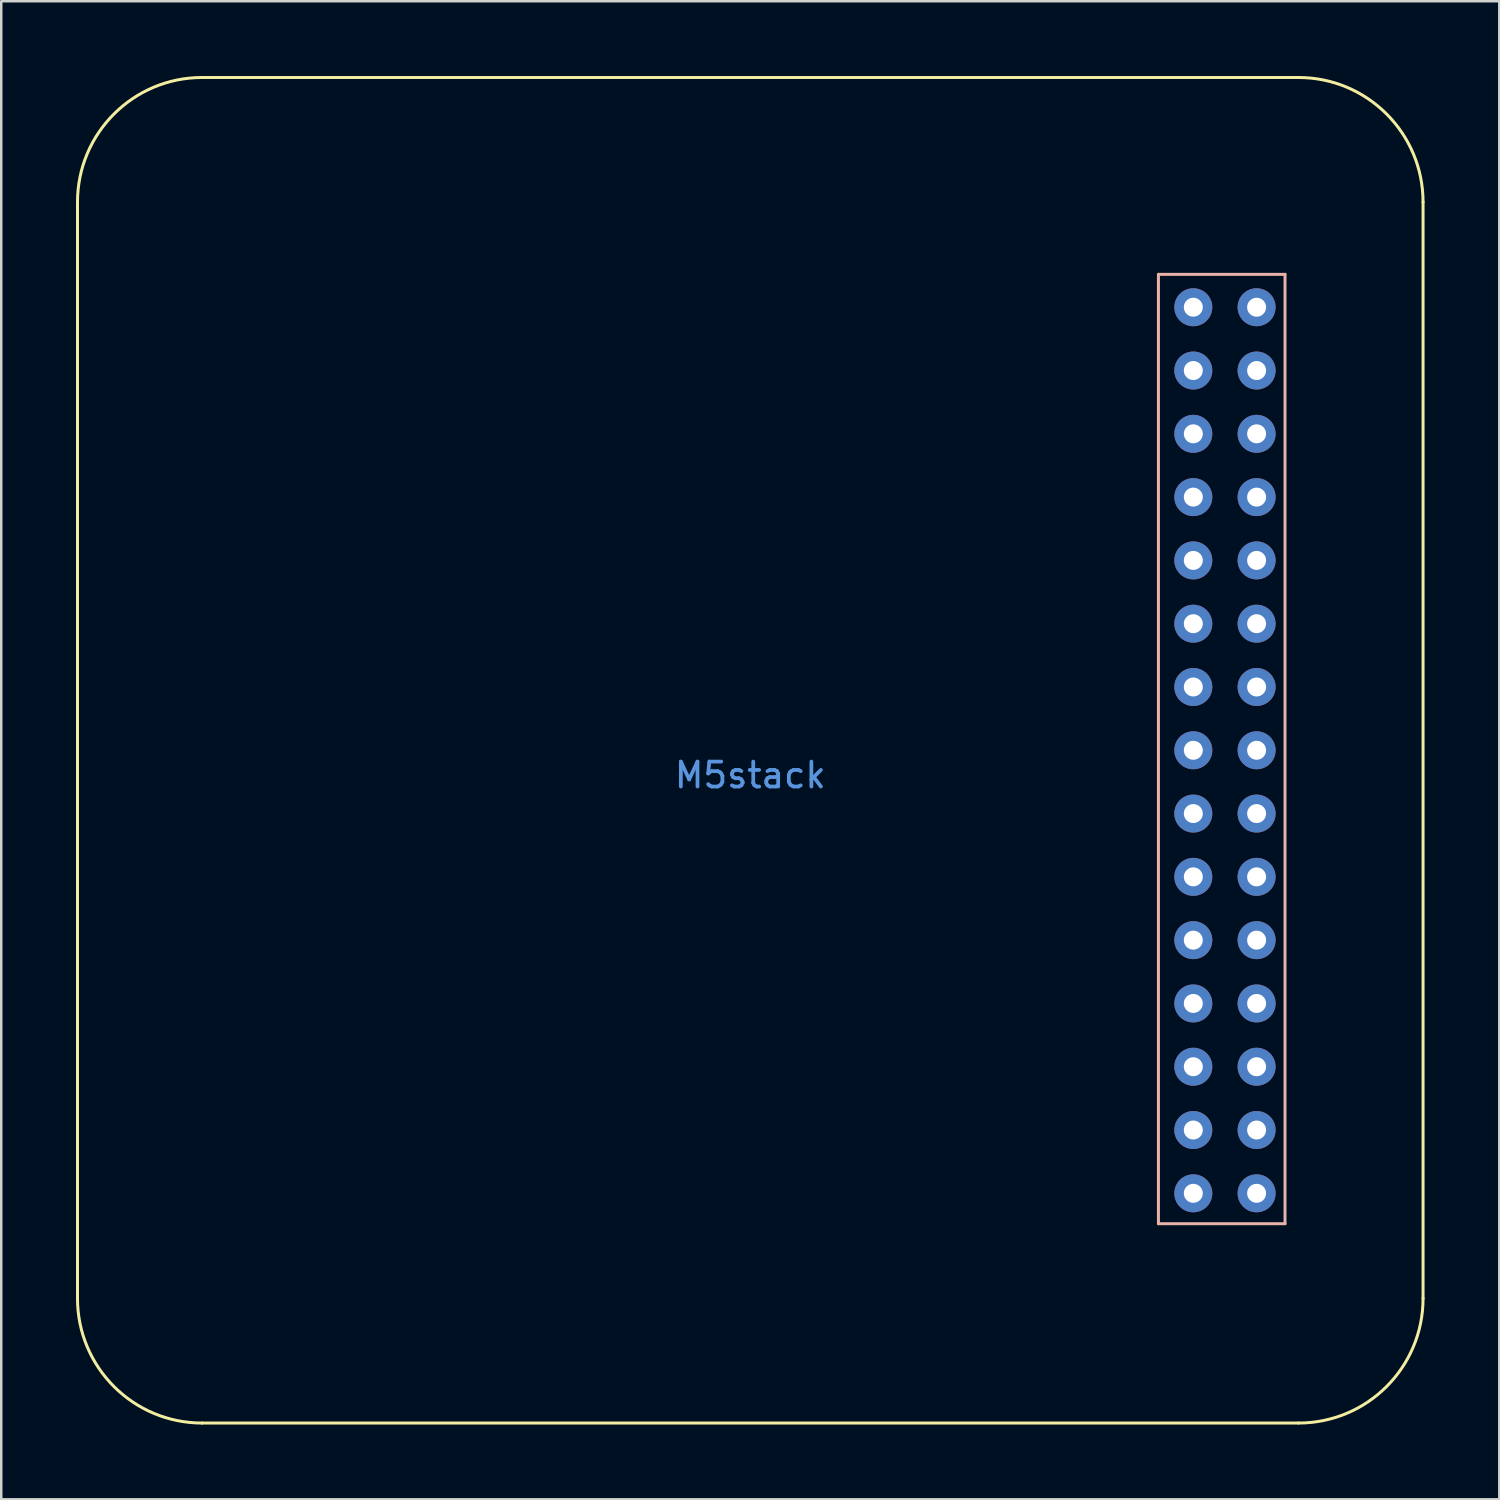
<source format=kicad_pcb>
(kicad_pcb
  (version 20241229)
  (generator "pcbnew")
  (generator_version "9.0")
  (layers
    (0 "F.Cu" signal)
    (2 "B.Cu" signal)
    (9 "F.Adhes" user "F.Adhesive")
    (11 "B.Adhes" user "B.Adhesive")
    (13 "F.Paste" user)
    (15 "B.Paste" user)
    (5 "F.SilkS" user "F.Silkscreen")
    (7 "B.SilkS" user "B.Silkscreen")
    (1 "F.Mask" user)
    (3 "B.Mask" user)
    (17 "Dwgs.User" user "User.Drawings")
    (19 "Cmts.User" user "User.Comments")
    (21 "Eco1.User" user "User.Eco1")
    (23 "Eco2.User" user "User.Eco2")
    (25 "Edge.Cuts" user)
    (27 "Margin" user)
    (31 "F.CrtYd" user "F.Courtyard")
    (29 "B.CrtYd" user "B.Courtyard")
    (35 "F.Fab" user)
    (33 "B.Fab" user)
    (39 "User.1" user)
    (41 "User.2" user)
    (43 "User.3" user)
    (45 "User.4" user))
  (footprint "M5stack"
    (layer "F.Cu")
    (at 27.06 27.06)
    (property "Reference" "M5stack" (at 0 1 0) (layer "Cmts.User") (effects (font (size 1 1) (thickness 0.15))))
    (attr through_hole)
    (fp_line (start -27 22) (end -27 -22) (stroke (width 0.12) (type solid)) (layer "F.SilkS"))
    (fp_line (start -22 -27) (end 22 -27) (stroke (width 0.12) (type solid)) (layer "F.SilkS"))
    (fp_line (start 22 27) (end -22 27) (stroke (width 0.12) (type solid)) (layer "F.SilkS"))
    (fp_line (start 27 -22) (end 27 22) (stroke (width 0.12) (type solid)) (layer "F.SilkS"))
    (fp_arc (start -27 -22) (mid -25.535534 -25.535534) (end -22 -27) (stroke (width 0.12) (type solid)) (layer "F.SilkS"))
    (fp_arc (start -22 27) (mid -25.535534 25.535534) (end -27 22) (stroke (width 0.12) (type solid)) (layer "F.SilkS"))
    (fp_arc (start 22 -27) (mid 25.535534 -25.535534) (end 27 -22) (stroke (width 0.12) (type solid)) (layer "F.SilkS"))
    (fp_arc (start 27 22) (mid 25.535534 25.535534) (end 22 27) (stroke (width 0.12) (type solid)) (layer "F.SilkS"))
    (fp_line (start 16.38 -19.1) (end 16.38 19) (stroke (width 0.12) (type solid)) (layer "B.SilkS"))
    (fp_line (start 16.38 19) (end 21.46 19) (stroke (width 0.12) (type solid)) (layer "B.SilkS"))
    (fp_line (start 21.46 -19.1) (end 16.38 -19.1) (stroke (width 0.12) (type solid)) (layer "B.SilkS"))
    (fp_line (start 21.46 19) (end 21.46 -19.1) (stroke (width 0.12) (type solid)) (layer "B.SilkS"))
    (pad "1" thru_hole circle (at 20.32 -17.78) (size 1.524 1.524) (drill 0.762) (layers "*.Cu" "*.Mask"))
    (pad "2" thru_hole circle (at 20.32 -15.24) (size 1.524 1.524) (drill 0.762) (layers "*.Cu" "*.Mask"))
    (pad "3" thru_hole circle (at 20.32 -12.7) (size 1.524 1.524) (drill 0.762) (layers "*.Cu" "*.Mask"))
    (pad "4" thru_hole circle (at 20.32 -10.16) (size 1.524 1.524) (drill 0.762) (layers "*.Cu" "*.Mask"))
    (pad "5" thru_hole circle (at 20.32 -7.62) (size 1.524 1.524) (drill 0.762) (layers "*.Cu" "*.Mask"))
    (pad "6" thru_hole circle (at 20.32 -5.08) (size 1.524 1.524) (drill 0.762) (layers "*.Cu" "*.Mask"))
    (pad "7" thru_hole circle (at 20.32 -2.54) (size 1.524 1.524) (drill 0.762) (layers "*.Cu" "*.Mask"))
    (pad "8" thru_hole circle (at 20.32 0) (size 1.524 1.524) (drill 0.762) (layers "*.Cu" "*.Mask"))
    (pad "9" thru_hole circle (at 20.32 2.54) (size 1.524 1.524) (drill 0.762) (layers "*.Cu" "*.Mask"))
    (pad "10" thru_hole circle (at 20.32 5.08) (size 1.524 1.524) (drill 0.762) (layers "*.Cu" "*.Mask"))
    (pad "11" thru_hole circle (at 20.32 7.62) (size 1.524 1.524) (drill 0.762) (layers "*.Cu" "*.Mask"))
    (pad "12" thru_hole circle (at 20.32 10.16) (size 1.524 1.524) (drill 0.762) (layers "*.Cu" "*.Mask"))
    (pad "13" thru_hole circle (at 20.32 12.7) (size 1.524 1.524) (drill 0.762) (layers "*.Cu" "*.Mask"))
    (pad "14" thru_hole circle (at 20.32 15.24) (size 1.524 1.524) (drill 0.762) (layers "*.Cu" "*.Mask"))
    (pad "15" thru_hole circle (at 20.32 17.78) (size 1.524 1.524) (drill 0.762) (layers "*.Cu" "*.Mask"))
    (pad "16" thru_hole circle (at 17.78 -17.78) (size 1.524 1.524) (drill 0.762) (layers "*.Cu" "*.Mask"))
    (pad "17" thru_hole circle (at 17.78 -15.24) (size 1.524 1.524) (drill 0.762) (layers "*.Cu" "*.Mask"))
    (pad "18" thru_hole circle (at 17.78 -12.7) (size 1.524 1.524) (drill 0.762) (layers "*.Cu" "*.Mask"))
    (pad "19" thru_hole circle (at 17.78 -10.16) (size 1.524 1.524) (drill 0.762) (layers "*.Cu" "*.Mask"))
    (pad "20" thru_hole circle (at 17.78 -7.62) (size 1.524 1.524) (drill 0.762) (layers "*.Cu" "*.Mask"))
    (pad "21" thru_hole circle (at 17.78 -5.08) (size 1.524 1.524) (drill 0.762) (layers "*.Cu" "*.Mask"))
    (pad "22" thru_hole circle (at 17.78 -2.54) (size 1.524 1.524) (drill 0.762) (layers "*.Cu" "*.Mask"))
    (pad "23" thru_hole circle (at 17.78 0) (size 1.524 1.524) (drill 0.762) (layers "*.Cu" "*.Mask"))
    (pad "24" thru_hole circle (at 17.78 2.54) (size 1.524 1.524) (drill 0.762) (layers "*.Cu" "*.Mask"))
    (pad "25" thru_hole circle (at 17.78 5.08) (size 1.524 1.524) (drill 0.762) (layers "*.Cu" "*.Mask"))
    (pad "26" thru_hole circle (at 17.78 7.62) (size 1.524 1.524) (drill 0.762) (layers "*.Cu" "*.Mask"))
    (pad "27" thru_hole circle (at 17.78 10.16) (size 1.524 1.524) (drill 0.762) (layers "*.Cu" "*.Mask"))
    (pad "28" thru_hole circle (at 17.78 12.7) (size 1.524 1.524) (drill 0.762) (layers "*.Cu" "*.Mask"))
    (pad "29" thru_hole circle (at 17.78 15.24) (size 1.524 1.524) (drill 0.762) (layers "*.Cu" "*.Mask"))
    (pad "30" thru_hole circle (at 17.78 17.78) (size 1.524 1.524) (drill 0.762) (layers "*.Cu" "*.Mask")))
  (gr_rect
    (start -3 -3)
    (end 57.12 57.12)
    (stroke (width 0.1) (type default))
    (fill no)
    (layer "Edge.Cuts")))
</source>
